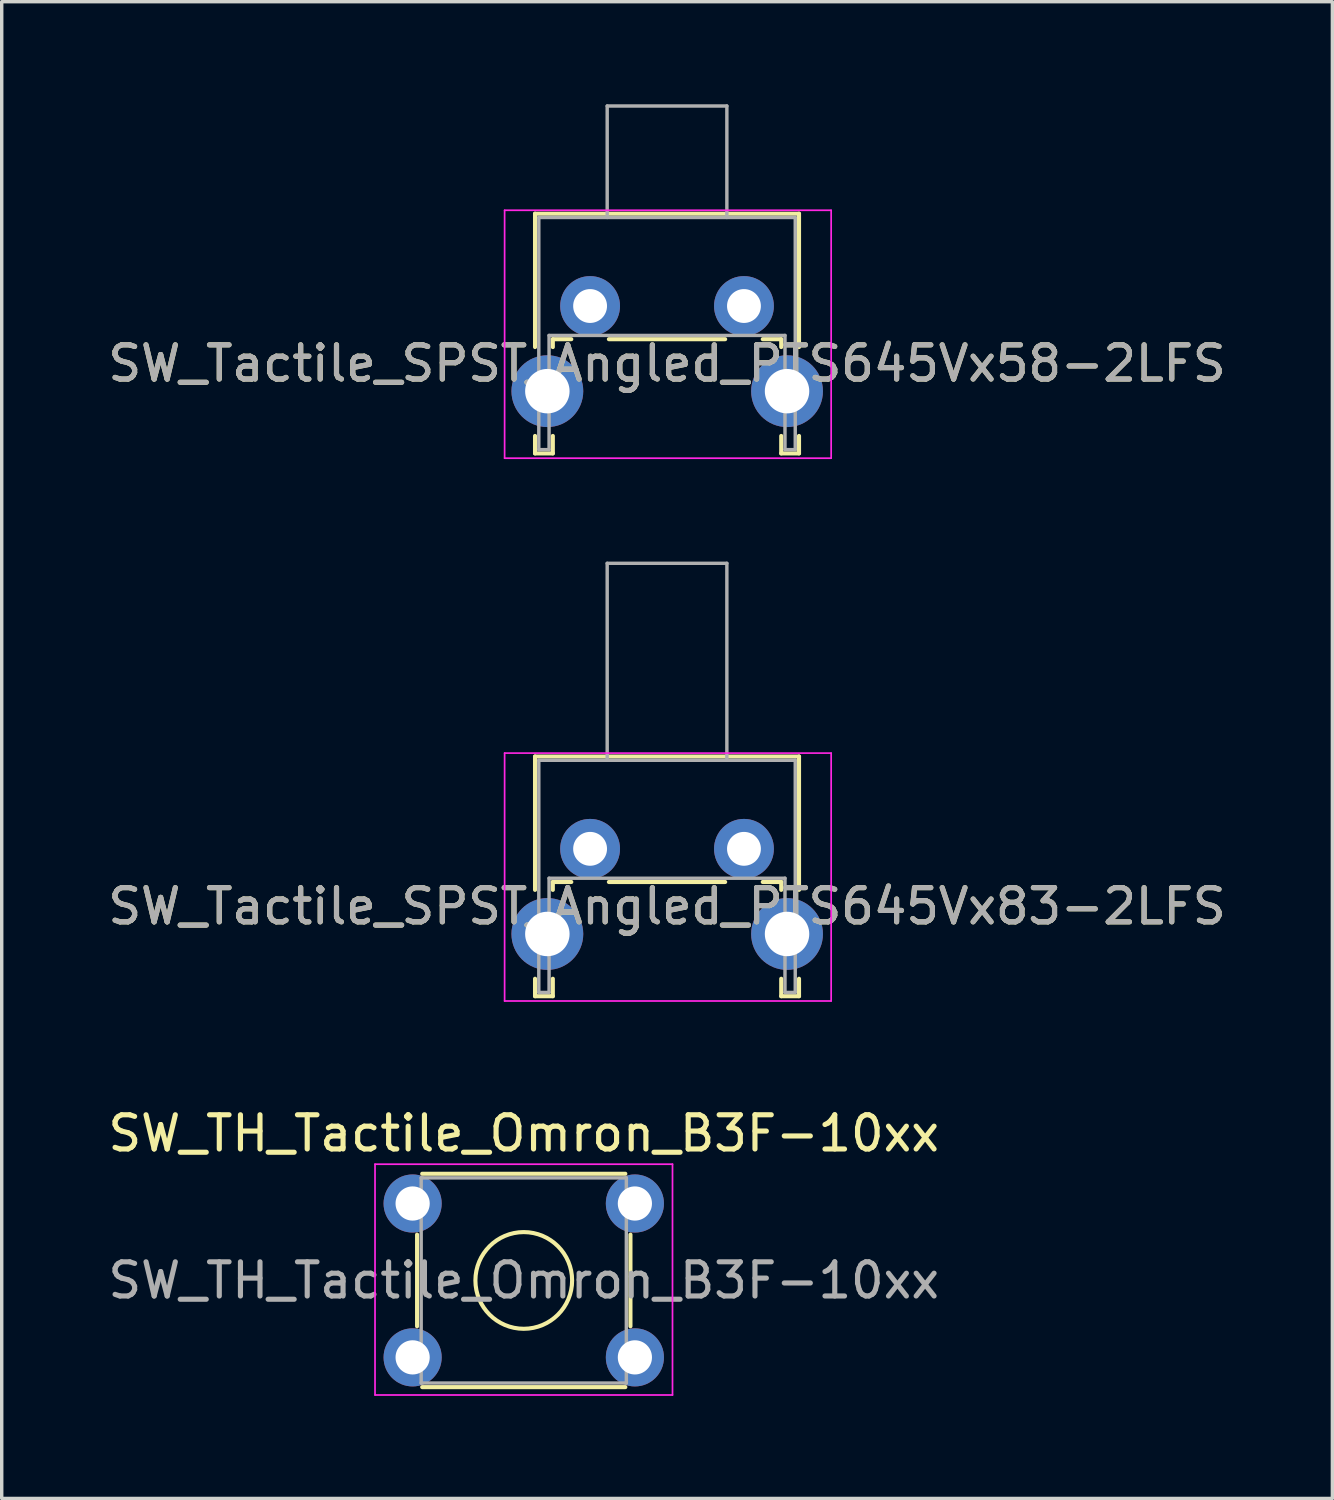
<source format=kicad_pcb>
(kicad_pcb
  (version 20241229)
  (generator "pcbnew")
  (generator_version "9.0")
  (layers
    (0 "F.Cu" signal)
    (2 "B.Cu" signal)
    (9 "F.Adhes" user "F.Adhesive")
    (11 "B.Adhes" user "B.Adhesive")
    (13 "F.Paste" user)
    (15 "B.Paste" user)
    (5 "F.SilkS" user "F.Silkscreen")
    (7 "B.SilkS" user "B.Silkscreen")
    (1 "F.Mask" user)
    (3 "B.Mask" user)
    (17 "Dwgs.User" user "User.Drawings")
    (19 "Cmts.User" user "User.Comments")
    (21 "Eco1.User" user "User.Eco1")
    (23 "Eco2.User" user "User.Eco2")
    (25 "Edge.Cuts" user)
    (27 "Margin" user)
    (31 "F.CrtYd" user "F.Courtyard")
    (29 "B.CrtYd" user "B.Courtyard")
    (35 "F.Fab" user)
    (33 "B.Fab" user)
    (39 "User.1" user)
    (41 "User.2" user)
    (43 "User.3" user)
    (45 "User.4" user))
  (footprint "SW_TH_Tactile_Omron_B3F-10xx"
    (layer "F.Cu")
    (at 9.018 32.148)
    (property "Reference" "SW_TH_Tactile_Omron_B3F-10xx" (at 3.25 -2.05 0) (layer "F.SilkS") (effects (font (size 1 1) (thickness 0.15))))
    (attr through_hole)
    (fp_line (start 0.13 3.59) (end 0.13 0.91) (stroke (width 0.12) (type solid)) (layer "F.SilkS"))
    (fp_line (start 0.28 -0.87) (end 6.22 -0.87) (stroke (width 0.12) (type solid)) (layer "F.SilkS"))
    (fp_line (start 0.28 5.37) (end 6.22 5.37) (stroke (width 0.12) (type solid)) (layer "F.SilkS"))
    (fp_line (start 6.37 0.91) (end 6.37 3.59) (stroke (width 0.12) (type solid)) (layer "F.SilkS"))
    (fp_circle (center 3.25 2.25) (end 4.25 3.25) (stroke (width 0.12) (type solid)) (fill no) (layer "F.SilkS"))
    (fp_line (start -1.1 -1.15) (end -1.1 5.6) (stroke (width 0.05) (type solid)) (layer "F.CrtYd"))
    (fp_line (start -1.1 -1.15) (end 7.6 -1.15) (stroke (width 0.05) (type solid)) (layer "F.CrtYd"))
    (fp_line (start -1.1 5.6) (end 7.6 5.6) (stroke (width 0.05) (type solid)) (layer "F.CrtYd"))
    (fp_line (start 7.6 5.6) (end 7.6 -1.15) (stroke (width 0.05) (type solid)) (layer "F.CrtYd"))
    (fp_line (start 0.25 -0.75) (end 0.25 5.25) (stroke (width 0.1) (type solid)) (layer "F.Fab"))
    (fp_line (start 0.25 -0.75) (end 6.25 -0.75) (stroke (width 0.1) (type solid)) (layer "F.Fab"))
    (fp_line (start 0.25 5.25) (end 6.25 5.25) (stroke (width 0.1) (type solid)) (layer "F.Fab"))
    (fp_line (start 6.25 -0.75) (end 6.25 5.25) (stroke (width 0.1) (type solid)) (layer "F.Fab"))
    (fp_text user "${REFERENCE}" (at 3.25 2.25 0) (layer "F.Fab") (effects (font (size 1 1) (thickness 0.15))))
    (pad "1" thru_hole circle (at 0 0) (size 1.7 1.7) (drill 1) (layers "*.Cu" "*.Mask"))
    (pad "1" thru_hole circle (at 6.5 0) (size 1.7 1.7) (drill 1) (layers "*.Cu" "*.Mask"))
    (pad "2" thru_hole circle (at 0 4.5) (size 1.7 1.7) (drill 1) (layers "*.Cu" "*.Mask"))
    (pad "2" thru_hole circle (at 6.5 4.5) (size 1.7 1.7) (drill 1) (layers "*.Cu" "*.Mask")))
  (footprint "SW_Tactile_SPST_Angled_PTS645Vx58-2LFS"
    (layer "F.Cu")
    (at 14.208 5.9)
    (property "Reference" "SW_Tactile_SPST_Angled_PTS645Vx58-2LFS" (at 2.25 1.68 0) (layer "F.SilkS") (effects (font (size 1 1) (thickness 0.15))))
    (attr through_hole)
    (fp_line (start -1.61 -2.7) (end -1.61 1.2) (stroke (width 0.12) (type solid)) (layer "F.SilkS"))
    (fp_line (start -1.61 -2.7) (end 6.11 -2.7) (stroke (width 0.12) (type solid)) (layer "F.SilkS"))
    (fp_line (start -1.61 3.8) (end -1.61 4.31) (stroke (width 0.12) (type solid)) (layer "F.SilkS"))
    (fp_line (start -1.61 4.31) (end -1.09 4.31) (stroke (width 0.12) (type solid)) (layer "F.SilkS"))
    (fp_line (start -1.09 0.97) (end -1.09 1.2) (stroke (width 0.12) (type solid)) (layer "F.SilkS"))
    (fp_line (start -1.09 0.97) (end -0.55 0.97) (stroke (width 0.12) (type solid)) (layer "F.SilkS"))
    (fp_line (start -1.09 3.8) (end -1.09 4.31) (stroke (width 0.12) (type solid)) (layer "F.SilkS"))
    (fp_line (start 0.55 0.97) (end 3.95 0.97) (stroke (width 0.12) (type solid)) (layer "F.SilkS"))
    (fp_line (start 5.05 0.97) (end 5.59 0.97) (stroke (width 0.12) (type solid)) (layer "F.SilkS"))
    (fp_line (start 5.59 0.97) (end 5.59 1.2) (stroke (width 0.12) (type solid)) (layer "F.SilkS"))
    (fp_line (start 5.59 3.8) (end 5.59 4.31) (stroke (width 0.12) (type solid)) (layer "F.SilkS"))
    (fp_line (start 5.59 4.31) (end 6.11 4.31) (stroke (width 0.12) (type solid)) (layer "F.SilkS"))
    (fp_line (start 6.11 -2.7) (end 6.11 1.2) (stroke (width 0.12) (type solid)) (layer "F.SilkS"))
    (fp_line (start 6.11 3.8) (end 6.11 4.31) (stroke (width 0.12) (type solid)) (layer "F.SilkS"))
    (fp_line (start -2.5 -2.8) (end 7.05 -2.8) (stroke (width 0.05) (type solid)) (layer "F.CrtYd"))
    (fp_line (start -2.5 4.45) (end -2.5 -2.8) (stroke (width 0.05) (type solid)) (layer "F.CrtYd"))
    (fp_line (start 7.05 -2.8) (end 7.05 4.45) (stroke (width 0.05) (type solid)) (layer "F.CrtYd"))
    (fp_line (start 7.05 4.45) (end -2.5 4.45) (stroke (width 0.05) (type solid)) (layer "F.CrtYd"))
    (fp_line (start -1.5 -2.59) (end 6 -2.59) (stroke (width 0.1) (type solid)) (layer "F.Fab"))
    (fp_line (start -1.5 4.2) (end -1.5 -2.59) (stroke (width 0.1) (type solid)) (layer "F.Fab"))
    (fp_line (start -1.5 4.2) (end -1.2 4.2) (stroke (width 0.1) (type solid)) (layer "F.Fab"))
    (fp_line (start -1.2 0.86) (end 5.7 0.86) (stroke (width 0.1) (type solid)) (layer "F.Fab"))
    (fp_line (start -1.2 4.2) (end -1.2 0.86) (stroke (width 0.1) (type solid)) (layer "F.Fab"))
    (fp_line (start 0.5 -5.85) (end 0.5 -2.59) (stroke (width 0.1) (type solid)) (layer "F.Fab"))
    (fp_line (start 0.5 -5.85) (end 4 -5.85) (stroke (width 0.1) (type solid)) (layer "F.Fab"))
    (fp_line (start 4 -5.85) (end 4 -2.59) (stroke (width 0.1) (type solid)) (layer "F.Fab"))
    (fp_line (start 5.7 4.2) (end 5.7 0.86) (stroke (width 0.1) (type solid)) (layer "F.Fab"))
    (fp_line (start 5.7 4.2) (end 6 4.2) (stroke (width 0.1) (type solid)) (layer "F.Fab"))
    (fp_line (start 6 4.2) (end 6 -2.59) (stroke (width 0.1) (type solid)) (layer "F.Fab"))
    (fp_text user "${REFERENCE}" (at 2.25 1.68 0) (layer "F.Fab") (effects (font (size 1 1) (thickness 0.15))))
    (pad "" thru_hole circle (at -1.25 2.49) (size 2.1 2.1) (drill 1.3) (layers "*.Cu" "*.Mask"))
    (pad "" thru_hole circle (at 5.76 2.49) (size 2.1 2.1) (drill 1.3) (layers "*.Cu" "*.Mask"))
    (pad "1" thru_hole circle (at 0 0) (size 1.75 1.75) (drill 0.99) (layers "*.Cu" "*.Mask"))
    (pad "2" thru_hole circle (at 4.5 0) (size 1.75 1.75) (drill 0.99) (layers "*.Cu" "*.Mask")))
  (footprint "SW_Tactile_SPST_Angled_PTS645Vx83-2LFS"
    (layer "F.Cu")
    (at 14.208 21.775)
    (property "Reference" "SW_Tactile_SPST_Angled_PTS645Vx83-2LFS" (at 2.25 1.68 0) (layer "F.SilkS") (effects (font (size 1 1) (thickness 0.15))))
    (attr through_hole)
    (fp_line (start -1.61 -2.7) (end -1.61 1.2) (stroke (width 0.12) (type solid)) (layer "F.SilkS"))
    (fp_line (start -1.61 -2.7) (end 6.11 -2.7) (stroke (width 0.12) (type solid)) (layer "F.SilkS"))
    (fp_line (start -1.61 3.8) (end -1.61 4.31) (stroke (width 0.12) (type solid)) (layer "F.SilkS"))
    (fp_line (start -1.61 4.31) (end -1.09 4.31) (stroke (width 0.12) (type solid)) (layer "F.SilkS"))
    (fp_line (start -1.09 0.97) (end -1.09 1.2) (stroke (width 0.12) (type solid)) (layer "F.SilkS"))
    (fp_line (start -1.09 0.97) (end -0.55 0.97) (stroke (width 0.12) (type solid)) (layer "F.SilkS"))
    (fp_line (start -1.09 3.8) (end -1.09 4.31) (stroke (width 0.12) (type solid)) (layer "F.SilkS"))
    (fp_line (start 0.55 0.97) (end 3.95 0.97) (stroke (width 0.12) (type solid)) (layer "F.SilkS"))
    (fp_line (start 5.05 0.97) (end 5.59 0.97) (stroke (width 0.12) (type solid)) (layer "F.SilkS"))
    (fp_line (start 5.59 0.97) (end 5.59 1.2) (stroke (width 0.12) (type solid)) (layer "F.SilkS"))
    (fp_line (start 5.59 3.8) (end 5.59 4.31) (stroke (width 0.12) (type solid)) (layer "F.SilkS"))
    (fp_line (start 5.59 4.31) (end 6.11 4.31) (stroke (width 0.12) (type solid)) (layer "F.SilkS"))
    (fp_line (start 6.11 -2.7) (end 6.11 1.2) (stroke (width 0.12) (type solid)) (layer "F.SilkS"))
    (fp_line (start 6.11 3.8) (end 6.11 4.31) (stroke (width 0.12) (type solid)) (layer "F.SilkS"))
    (fp_line (start -2.5 -2.8) (end 7.05 -2.8) (stroke (width 0.05) (type solid)) (layer "F.CrtYd"))
    (fp_line (start -2.5 4.45) (end -2.5 -2.8) (stroke (width 0.05) (type solid)) (layer "F.CrtYd"))
    (fp_line (start 7.05 -2.8) (end 7.05 4.45) (stroke (width 0.05) (type solid)) (layer "F.CrtYd"))
    (fp_line (start 7.05 4.45) (end -2.5 4.45) (stroke (width 0.05) (type solid)) (layer "F.CrtYd"))
    (fp_line (start -1.5 -2.59) (end 6 -2.59) (stroke (width 0.1) (type solid)) (layer "F.Fab"))
    (fp_line (start -1.5 4.2) (end -1.5 -2.59) (stroke (width 0.1) (type solid)) (layer "F.Fab"))
    (fp_line (start -1.5 4.2) (end -1.2 4.2) (stroke (width 0.1) (type solid)) (layer "F.Fab"))
    (fp_line (start -1.2 0.86) (end 5.7 0.86) (stroke (width 0.1) (type solid)) (layer "F.Fab"))
    (fp_line (start -1.2 4.2) (end -1.2 0.86) (stroke (width 0.1) (type solid)) (layer "F.Fab"))
    (fp_line (start 0.5 -8.35) (end 0.5 -2.59) (stroke (width 0.1) (type solid)) (layer "F.Fab"))
    (fp_line (start 0.5 -8.35) (end 4 -8.35) (stroke (width 0.1) (type solid)) (layer "F.Fab"))
    (fp_line (start 4 -8.35) (end 4 -2.59) (stroke (width 0.1) (type solid)) (layer "F.Fab"))
    (fp_line (start 5.7 4.2) (end 5.7 0.86) (stroke (width 0.1) (type solid)) (layer "F.Fab"))
    (fp_line (start 5.7 4.2) (end 6 4.2) (stroke (width 0.1) (type solid)) (layer "F.Fab"))
    (fp_line (start 6 4.2) (end 6 -2.59) (stroke (width 0.1) (type solid)) (layer "F.Fab"))
    (fp_text user "${REFERENCE}" (at 2.25 1.68 0) (layer "F.Fab") (effects (font (size 1 1) (thickness 0.15))))
    (pad "" thru_hole circle (at -1.25 2.49) (size 2.1 2.1) (drill 1.3) (layers "*.Cu" "*.Mask"))
    (pad "" thru_hole circle (at 5.76 2.49) (size 2.1 2.1) (drill 1.3) (layers "*.Cu" "*.Mask"))
    (pad "1" thru_hole circle (at 0 0) (size 1.75 1.75) (drill 0.99) (layers "*.Cu" "*.Mask"))
    (pad "2" thru_hole circle (at 4.5 0) (size 1.75 1.75) (drill 0.99) (layers "*.Cu" "*.Mask")))
  (gr_rect
    (start -3 -3)
    (end 35.917 40.773)
    (stroke (width 0.1) (type default))
    (fill no)
    (layer "Edge.Cuts")))
</source>
